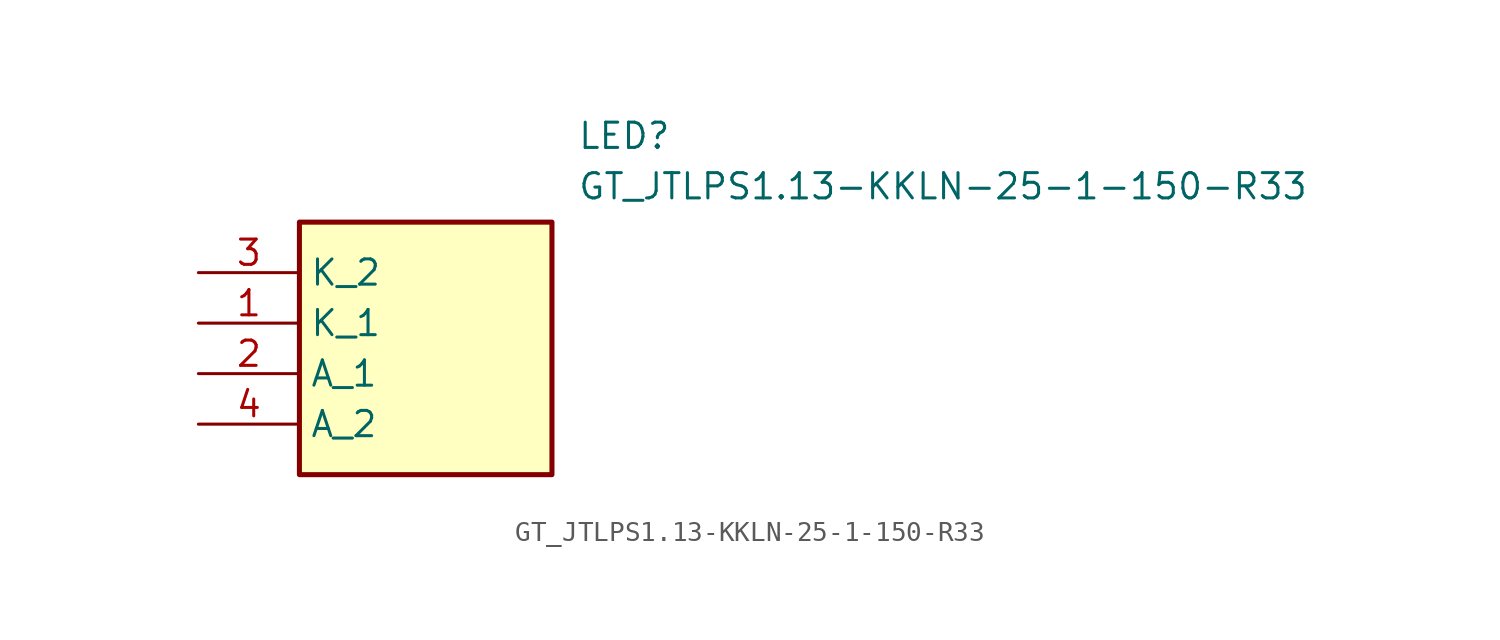
<source format=kicad_sym>
(kicad_symbol_lib
  (version 20211014)
  (generator SamacSys_ECAD_Model)
  (symbol "GT_JTLPS1.13-KKLN-25-1-150-R33"
    (property "Reference" "LED"
      (at 19.05 7.62 0)
      (effects (font (size 1.27 1.27)) (justify left top)))
    (property "Value" "GT_JTLPS1.13-KKLN-25-1-150-R33"
      (at 19.05 5.08 0)
      (effects (font (size 1.27 1.27)) (justify left top)))
    (rectangle
      (start 5.08 2.54)
      (end 17.78 -10.16)
      (stroke (width 0.254) (type default))
      (fill (type background)))
    (pin passive line
      (at 0 -2.54 0)
      (length 5.08)
      (name "K_1" (effects (font (size 1.27 1.27))))
      (number "1" (effects (font (size 1.27 1.27)))))
    (pin passive line
      (at 0 -5.08 0)
      (length 5.08)
      (name "A_1" (effects (font (size 1.27 1.27))))
      (number "2" (effects (font (size 1.27 1.27)))))
    (pin passive line
      (at 0 0 0)
      (length 5.08)
      (name "K_2" (effects (font (size 1.27 1.27))))
      (number "3" (effects (font (size 1.27 1.27)))))
    (pin passive line
      (at 0 -7.62 0)
      (length 5.08)
      (name "A_2" (effects (font (size 1.27 1.27))))
      (number "4" (effects (font (size 1.27 1.27)))))))
</source>
